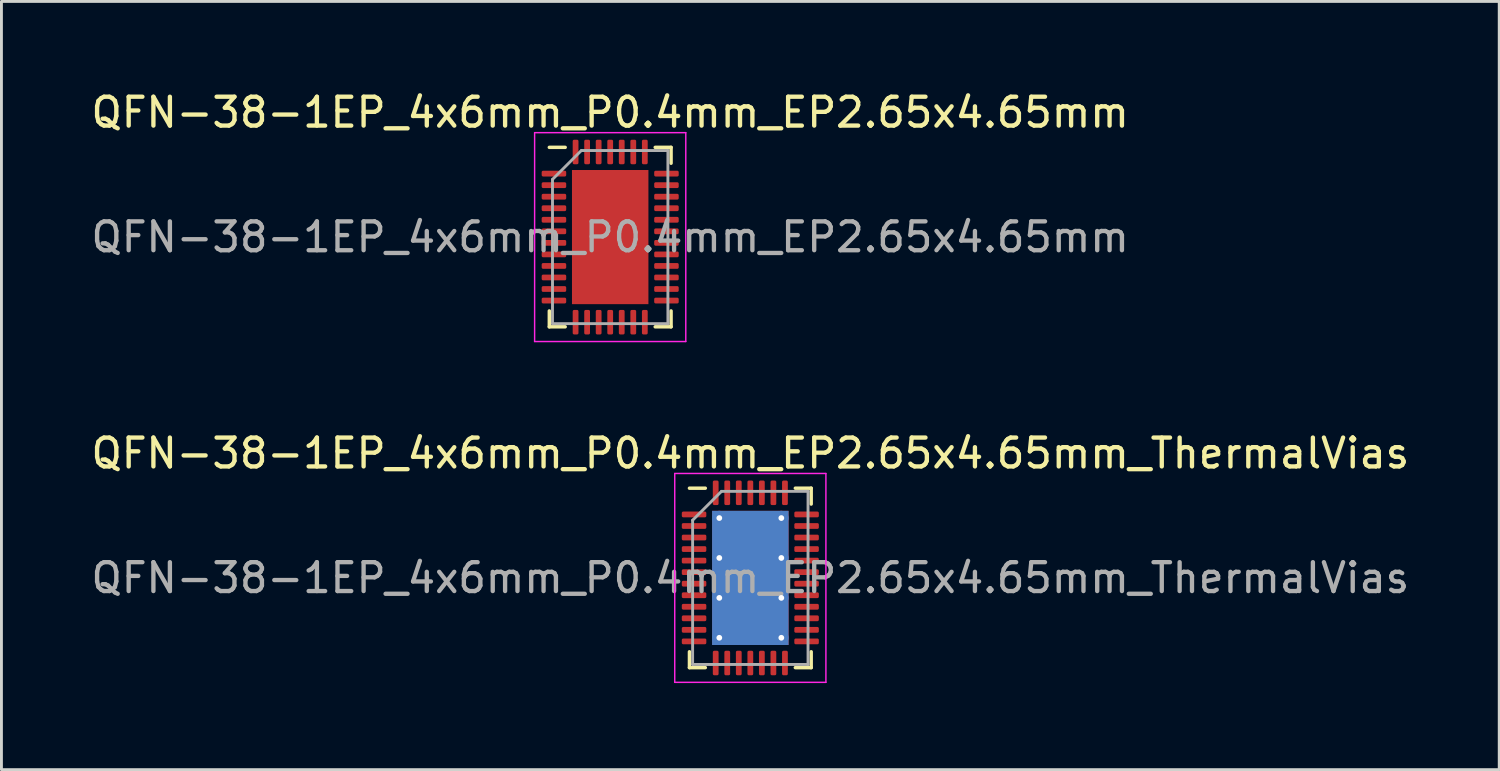
<source format=kicad_pcb>
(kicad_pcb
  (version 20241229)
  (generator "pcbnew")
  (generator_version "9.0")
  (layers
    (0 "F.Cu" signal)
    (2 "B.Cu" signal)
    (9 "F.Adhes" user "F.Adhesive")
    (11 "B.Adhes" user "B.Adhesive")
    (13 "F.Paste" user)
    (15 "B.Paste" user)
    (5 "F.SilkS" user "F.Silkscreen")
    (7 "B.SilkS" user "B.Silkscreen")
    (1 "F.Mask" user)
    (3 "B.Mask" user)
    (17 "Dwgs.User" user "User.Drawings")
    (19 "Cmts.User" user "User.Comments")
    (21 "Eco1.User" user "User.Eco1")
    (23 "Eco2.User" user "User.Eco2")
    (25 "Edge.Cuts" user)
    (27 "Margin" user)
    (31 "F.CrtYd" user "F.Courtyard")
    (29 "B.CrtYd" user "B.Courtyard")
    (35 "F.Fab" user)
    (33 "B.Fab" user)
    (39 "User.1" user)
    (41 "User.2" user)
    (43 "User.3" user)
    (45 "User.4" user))
  (footprint "QFN-38-1EP_4x6mm_P0.4mm_EP2.65x4.65mm_ThermalVias"
    (layer "F.Cu")
    (at 22.958 16.982)
    (property "Reference" "QFN-38-1EP_4x6mm_P0.4mm_EP2.65x4.65mm_ThermalVias" (at 0 -4.32 0) (layer "F.SilkS") (effects (font (size 1 1) (thickness 0.15))))
    (attr smd)
    (fp_line (start -2.11 3.11) (end -2.11 2.56) (stroke (width 0.12) (type solid)) (layer "F.SilkS"))
    (fp_line (start -1.56 -3.11) (end -2.11 -3.11) (stroke (width 0.12) (type solid)) (layer "F.SilkS"))
    (fp_line (start -1.56 3.11) (end -2.11 3.11) (stroke (width 0.12) (type solid)) (layer "F.SilkS"))
    (fp_line (start 1.56 -3.11) (end 2.11 -3.11) (stroke (width 0.12) (type solid)) (layer "F.SilkS"))
    (fp_line (start 1.56 3.11) (end 2.11 3.11) (stroke (width 0.12) (type solid)) (layer "F.SilkS"))
    (fp_line (start 2.11 -3.11) (end 2.11 -2.56) (stroke (width 0.12) (type solid)) (layer "F.SilkS"))
    (fp_line (start 2.11 3.11) (end 2.11 2.56) (stroke (width 0.12) (type solid)) (layer "F.SilkS"))
    (fp_line (start -2.62 -3.62) (end -2.62 3.62) (stroke (width 0.05) (type solid)) (layer "F.CrtYd"))
    (fp_line (start -2.62 3.62) (end 2.62 3.62) (stroke (width 0.05) (type solid)) (layer "F.CrtYd"))
    (fp_line (start 2.62 -3.62) (end -2.62 -3.62) (stroke (width 0.05) (type solid)) (layer "F.CrtYd"))
    (fp_line (start 2.62 3.62) (end 2.62 -3.62) (stroke (width 0.05) (type solid)) (layer "F.CrtYd"))
    (fp_line (start -2 -2) (end -1 -3) (stroke (width 0.1) (type solid)) (layer "F.Fab"))
    (fp_line (start -2 3) (end -2 -2) (stroke (width 0.1) (type solid)) (layer "F.Fab"))
    (fp_line (start -1 -3) (end 2 -3) (stroke (width 0.1) (type solid)) (layer "F.Fab"))
    (fp_line (start 2 -3) (end 2 3) (stroke (width 0.1) (type solid)) (layer "F.Fab"))
    (fp_line (start 2 3) (end -2 3) (stroke (width 0.1) (type solid)) (layer "F.Fab"))
    (fp_text user "${REFERENCE}" (at 0 0 0) (layer "F.Fab") (effects (font (size 1 1) (thickness 0.15))))
    (pad "" smd roundrect (at -0.66 -1.74) (size 1.15 1.01) (layers "F.Paste") (roundrect_rratio 0.248))
    (pad "" smd roundrect (at -0.66 -0.58) (size 1.15 1.01) (layers "F.Paste") (roundrect_rratio 0.248))
    (pad "" smd roundrect (at -0.66 0.58) (size 1.15 1.01) (layers "F.Paste") (roundrect_rratio 0.248))
    (pad "" smd roundrect (at -0.66 1.74) (size 1.15 1.01) (layers "F.Paste") (roundrect_rratio 0.248))
    (pad "" smd roundrect (at 0.66 -1.74) (size 1.15 1.01) (layers "F.Paste") (roundrect_rratio 0.248))
    (pad "" smd roundrect (at 0.66 -0.58) (size 1.15 1.01) (layers "F.Paste") (roundrect_rratio 0.248))
    (pad "" smd roundrect (at 0.66 0.58) (size 1.15 1.01) (layers "F.Paste") (roundrect_rratio 0.248))
    (pad "" smd roundrect (at 0.66 1.74) (size 1.15 1.01) (layers "F.Paste") (roundrect_rratio 0.248))
    (pad "1" smd roundrect (at -1.95 -2.2) (size 0.85 0.2) (layers "F.Cu" "F.Mask" "F.Paste") (roundrect_rratio 0.25))
    (pad "2" smd roundrect (at -1.95 -1.8) (size 0.85 0.2) (layers "F.Cu" "F.Mask" "F.Paste") (roundrect_rratio 0.25))
    (pad "3" smd roundrect (at -1.95 -1.4) (size 0.85 0.2) (layers "F.Cu" "F.Mask" "F.Paste") (roundrect_rratio 0.25))
    (pad "4" smd roundrect (at -1.95 -1) (size 0.85 0.2) (layers "F.Cu" "F.Mask" "F.Paste") (roundrect_rratio 0.25))
    (pad "5" smd roundrect (at -1.95 -0.6) (size 0.85 0.2) (layers "F.Cu" "F.Mask" "F.Paste") (roundrect_rratio 0.25))
    (pad "6" smd roundrect (at -1.95 -0.2) (size 0.85 0.2) (layers "F.Cu" "F.Mask" "F.Paste") (roundrect_rratio 0.25))
    (pad "7" smd roundrect (at -1.95 0.2) (size 0.85 0.2) (layers "F.Cu" "F.Mask" "F.Paste") (roundrect_rratio 0.25))
    (pad "8" smd roundrect (at -1.95 0.6) (size 0.85 0.2) (layers "F.Cu" "F.Mask" "F.Paste") (roundrect_rratio 0.25))
    (pad "9" smd roundrect (at -1.95 1) (size 0.85 0.2) (layers "F.Cu" "F.Mask" "F.Paste") (roundrect_rratio 0.25))
    (pad "10" smd roundrect (at -1.95 1.4) (size 0.85 0.2) (layers "F.Cu" "F.Mask" "F.Paste") (roundrect_rratio 0.25))
    (pad "11" smd roundrect (at -1.95 1.8) (size 0.85 0.2) (layers "F.Cu" "F.Mask" "F.Paste") (roundrect_rratio 0.25))
    (pad "12" smd roundrect (at -1.95 2.2) (size 0.85 0.2) (layers "F.Cu" "F.Mask" "F.Paste") (roundrect_rratio 0.25))
    (pad "13" smd roundrect (at -1.2 2.95) (size 0.2 0.85) (layers "F.Cu" "F.Mask" "F.Paste") (roundrect_rratio 0.25))
    (pad "14" smd roundrect (at -0.8 2.95) (size 0.2 0.85) (layers "F.Cu" "F.Mask" "F.Paste") (roundrect_rratio 0.25))
    (pad "15" smd roundrect (at -0.4 2.95) (size 0.2 0.85) (layers "F.Cu" "F.Mask" "F.Paste") (roundrect_rratio 0.25))
    (pad "16" smd roundrect (at 0 2.95) (size 0.2 0.85) (layers "F.Cu" "F.Mask" "F.Paste") (roundrect_rratio 0.25))
    (pad "17" smd roundrect (at 0.4 2.95) (size 0.2 0.85) (layers "F.Cu" "F.Mask" "F.Paste") (roundrect_rratio 0.25))
    (pad "18" smd roundrect (at 0.8 2.95) (size 0.2 0.85) (layers "F.Cu" "F.Mask" "F.Paste") (roundrect_rratio 0.25))
    (pad "19" smd roundrect (at 1.2 2.95) (size 0.2 0.85) (layers "F.Cu" "F.Mask" "F.Paste") (roundrect_rratio 0.25))
    (pad "20" smd roundrect (at 1.95 2.2) (size 0.85 0.2) (layers "F.Cu" "F.Mask" "F.Paste") (roundrect_rratio 0.25))
    (pad "21" smd roundrect (at 1.95 1.8) (size 0.85 0.2) (layers "F.Cu" "F.Mask" "F.Paste") (roundrect_rratio 0.25))
    (pad "22" smd roundrect (at 1.95 1.4) (size 0.85 0.2) (layers "F.Cu" "F.Mask" "F.Paste") (roundrect_rratio 0.25))
    (pad "23" smd roundrect (at 1.95 1) (size 0.85 0.2) (layers "F.Cu" "F.Mask" "F.Paste") (roundrect_rratio 0.25))
    (pad "24" smd roundrect (at 1.95 0.6) (size 0.85 0.2) (layers "F.Cu" "F.Mask" "F.Paste") (roundrect_rratio 0.25))
    (pad "25" smd roundrect (at 1.95 0.2) (size 0.85 0.2) (layers "F.Cu" "F.Mask" "F.Paste") (roundrect_rratio 0.25))
    (pad "26" smd roundrect (at 1.95 -0.2) (size 0.85 0.2) (layers "F.Cu" "F.Mask" "F.Paste") (roundrect_rratio 0.25))
    (pad "27" smd roundrect (at 1.95 -0.6) (size 0.85 0.2) (layers "F.Cu" "F.Mask" "F.Paste") (roundrect_rratio 0.25))
    (pad "28" smd roundrect (at 1.95 -1) (size 0.85 0.2) (layers "F.Cu" "F.Mask" "F.Paste") (roundrect_rratio 0.25))
    (pad "29" smd roundrect (at 1.95 -1.4) (size 0.85 0.2) (layers "F.Cu" "F.Mask" "F.Paste") (roundrect_rratio 0.25))
    (pad "30" smd roundrect (at 1.95 -1.8) (size 0.85 0.2) (layers "F.Cu" "F.Mask" "F.Paste") (roundrect_rratio 0.25))
    (pad "31" smd roundrect (at 1.95 -2.2) (size 0.85 0.2) (layers "F.Cu" "F.Mask" "F.Paste") (roundrect_rratio 0.25))
    (pad "32" smd roundrect (at 1.2 -2.95) (size 0.2 0.85) (layers "F.Cu" "F.Mask" "F.Paste") (roundrect_rratio 0.25))
    (pad "33" smd roundrect (at 0.8 -2.95) (size 0.2 0.85) (layers "F.Cu" "F.Mask" "F.Paste") (roundrect_rratio 0.25))
    (pad "34" smd roundrect (at 0.4 -2.95) (size 0.2 0.85) (layers "F.Cu" "F.Mask" "F.Paste") (roundrect_rratio 0.25))
    (pad "35" smd roundrect (at 0 -2.95) (size 0.2 0.85) (layers "F.Cu" "F.Mask" "F.Paste") (roundrect_rratio 0.25))
    (pad "36" smd roundrect (at -0.4 -2.95) (size 0.2 0.85) (layers "F.Cu" "F.Mask" "F.Paste") (roundrect_rratio 0.25))
    (pad "37" smd roundrect (at -0.8 -2.95) (size 0.2 0.85) (layers "F.Cu" "F.Mask" "F.Paste") (roundrect_rratio 0.25))
    (pad "38" smd roundrect (at -1.2 -2.95) (size 0.2 0.85) (layers "F.Cu" "F.Mask" "F.Paste") (roundrect_rratio 0.25))
    (pad "39" thru_hole circle (at -1.075 -2.075) (size 0.5 0.5) (drill 0.2) (layers "*.Cu"))
    (pad "39" thru_hole circle (at -1.075 -0.692) (size 0.5 0.5) (drill 0.2) (layers "*.Cu"))
    (pad "39" thru_hole circle (at -1.075 0.692) (size 0.5 0.5) (drill 0.2) (layers "*.Cu"))
    (pad "39" thru_hole circle (at -1.075 2.075) (size 0.5 0.5) (drill 0.2) (layers "*.Cu"))
    (pad "39" smd rect (at 0 0) (size 2.65 4.65) (layers "F.Cu" "F.Mask"))
    (pad "39" smd rect (at 0 0) (size 2.65 4.65) (layers "B.Cu"))
    (pad "39" thru_hole circle (at 1.075 -2.075) (size 0.5 0.5) (drill 0.2) (layers "*.Cu"))
    (pad "39" thru_hole circle (at 1.075 -0.692) (size 0.5 0.5) (drill 0.2) (layers "*.Cu"))
    (pad "39" thru_hole circle (at 1.075 0.692) (size 0.5 0.5) (drill 0.2) (layers "*.Cu"))
    (pad "39" thru_hole circle (at 1.075 2.075) (size 0.5 0.5) (drill 0.2) (layers "*.Cu")))
  (footprint "QFN-38-1EP_4x6mm_P0.4mm_EP2.65x4.65mm"
    (layer "F.Cu")
    (at 18.101 5.168)
    (property "Reference" "QFN-38-1EP_4x6mm_P0.4mm_EP2.65x4.65mm" (at 0 -4.32 0) (layer "F.SilkS") (effects (font (size 1 1) (thickness 0.15))))
    (attr smd)
    (fp_line (start -2.11 3.11) (end -2.11 2.56) (stroke (width 0.12) (type solid)) (layer "F.SilkS"))
    (fp_line (start -1.56 -3.11) (end -2.11 -3.11) (stroke (width 0.12) (type solid)) (layer "F.SilkS"))
    (fp_line (start -1.56 3.11) (end -2.11 3.11) (stroke (width 0.12) (type solid)) (layer "F.SilkS"))
    (fp_line (start 1.56 -3.11) (end 2.11 -3.11) (stroke (width 0.12) (type solid)) (layer "F.SilkS"))
    (fp_line (start 1.56 3.11) (end 2.11 3.11) (stroke (width 0.12) (type solid)) (layer "F.SilkS"))
    (fp_line (start 2.11 -3.11) (end 2.11 -2.56) (stroke (width 0.12) (type solid)) (layer "F.SilkS"))
    (fp_line (start 2.11 3.11) (end 2.11 2.56) (stroke (width 0.12) (type solid)) (layer "F.SilkS"))
    (fp_line (start -2.62 -3.62) (end -2.62 3.62) (stroke (width 0.05) (type solid)) (layer "F.CrtYd"))
    (fp_line (start -2.62 3.62) (end 2.62 3.62) (stroke (width 0.05) (type solid)) (layer "F.CrtYd"))
    (fp_line (start 2.62 -3.62) (end -2.62 -3.62) (stroke (width 0.05) (type solid)) (layer "F.CrtYd"))
    (fp_line (start 2.62 3.62) (end 2.62 -3.62) (stroke (width 0.05) (type solid)) (layer "F.CrtYd"))
    (fp_line (start -2 -2) (end -1 -3) (stroke (width 0.1) (type solid)) (layer "F.Fab"))
    (fp_line (start -2 3) (end -2 -2) (stroke (width 0.1) (type solid)) (layer "F.Fab"))
    (fp_line (start -1 -3) (end 2 -3) (stroke (width 0.1) (type solid)) (layer "F.Fab"))
    (fp_line (start 2 -3) (end 2 3) (stroke (width 0.1) (type solid)) (layer "F.Fab"))
    (fp_line (start 2 3) (end -2 3) (stroke (width 0.1) (type solid)) (layer "F.Fab"))
    (fp_text user "${REFERENCE}" (at 0 0 0) (layer "F.Fab") (effects (font (size 1 1) (thickness 0.15))))
    (pad "" smd roundrect (at -0.66 -1.74) (size 1.07 0.94) (layers "F.Paste") (roundrect_rratio 0.25))
    (pad "" smd roundrect (at -0.66 -0.58) (size 1.07 0.94) (layers "F.Paste") (roundrect_rratio 0.25))
    (pad "" smd roundrect (at -0.66 0.58) (size 1.07 0.94) (layers "F.Paste") (roundrect_rratio 0.25))
    (pad "" smd roundrect (at -0.66 1.74) (size 1.07 0.94) (layers "F.Paste") (roundrect_rratio 0.25))
    (pad "" smd roundrect (at 0.66 -1.74) (size 1.07 0.94) (layers "F.Paste") (roundrect_rratio 0.25))
    (pad "" smd roundrect (at 0.66 -0.58) (size 1.07 0.94) (layers "F.Paste") (roundrect_rratio 0.25))
    (pad "" smd roundrect (at 0.66 0.58) (size 1.07 0.94) (layers "F.Paste") (roundrect_rratio 0.25))
    (pad "" smd roundrect (at 0.66 1.74) (size 1.07 0.94) (layers "F.Paste") (roundrect_rratio 0.25))
    (pad "1" smd roundrect (at -1.95 -2.2) (size 0.85 0.2) (layers "F.Cu" "F.Mask" "F.Paste") (roundrect_rratio 0.25))
    (pad "2" smd roundrect (at -1.95 -1.8) (size 0.85 0.2) (layers "F.Cu" "F.Mask" "F.Paste") (roundrect_rratio 0.25))
    (pad "3" smd roundrect (at -1.95 -1.4) (size 0.85 0.2) (layers "F.Cu" "F.Mask" "F.Paste") (roundrect_rratio 0.25))
    (pad "4" smd roundrect (at -1.95 -1) (size 0.85 0.2) (layers "F.Cu" "F.Mask" "F.Paste") (roundrect_rratio 0.25))
    (pad "5" smd roundrect (at -1.95 -0.6) (size 0.85 0.2) (layers "F.Cu" "F.Mask" "F.Paste") (roundrect_rratio 0.25))
    (pad "6" smd roundrect (at -1.95 -0.2) (size 0.85 0.2) (layers "F.Cu" "F.Mask" "F.Paste") (roundrect_rratio 0.25))
    (pad "7" smd roundrect (at -1.95 0.2) (size 0.85 0.2) (layers "F.Cu" "F.Mask" "F.Paste") (roundrect_rratio 0.25))
    (pad "8" smd roundrect (at -1.95 0.6) (size 0.85 0.2) (layers "F.Cu" "F.Mask" "F.Paste") (roundrect_rratio 0.25))
    (pad "9" smd roundrect (at -1.95 1) (size 0.85 0.2) (layers "F.Cu" "F.Mask" "F.Paste") (roundrect_rratio 0.25))
    (pad "10" smd roundrect (at -1.95 1.4) (size 0.85 0.2) (layers "F.Cu" "F.Mask" "F.Paste") (roundrect_rratio 0.25))
    (pad "11" smd roundrect (at -1.95 1.8) (size 0.85 0.2) (layers "F.Cu" "F.Mask" "F.Paste") (roundrect_rratio 0.25))
    (pad "12" smd roundrect (at -1.95 2.2) (size 0.85 0.2) (layers "F.Cu" "F.Mask" "F.Paste") (roundrect_rratio 0.25))
    (pad "13" smd roundrect (at -1.2 2.95) (size 0.2 0.85) (layers "F.Cu" "F.Mask" "F.Paste") (roundrect_rratio 0.25))
    (pad "14" smd roundrect (at -0.8 2.95) (size 0.2 0.85) (layers "F.Cu" "F.Mask" "F.Paste") (roundrect_rratio 0.25))
    (pad "15" smd roundrect (at -0.4 2.95) (size 0.2 0.85) (layers "F.Cu" "F.Mask" "F.Paste") (roundrect_rratio 0.25))
    (pad "16" smd roundrect (at 0 2.95) (size 0.2 0.85) (layers "F.Cu" "F.Mask" "F.Paste") (roundrect_rratio 0.25))
    (pad "17" smd roundrect (at 0.4 2.95) (size 0.2 0.85) (layers "F.Cu" "F.Mask" "F.Paste") (roundrect_rratio 0.25))
    (pad "18" smd roundrect (at 0.8 2.95) (size 0.2 0.85) (layers "F.Cu" "F.Mask" "F.Paste") (roundrect_rratio 0.25))
    (pad "19" smd roundrect (at 1.2 2.95) (size 0.2 0.85) (layers "F.Cu" "F.Mask" "F.Paste") (roundrect_rratio 0.25))
    (pad "20" smd roundrect (at 1.95 2.2) (size 0.85 0.2) (layers "F.Cu" "F.Mask" "F.Paste") (roundrect_rratio 0.25))
    (pad "21" smd roundrect (at 1.95 1.8) (size 0.85 0.2) (layers "F.Cu" "F.Mask" "F.Paste") (roundrect_rratio 0.25))
    (pad "22" smd roundrect (at 1.95 1.4) (size 0.85 0.2) (layers "F.Cu" "F.Mask" "F.Paste") (roundrect_rratio 0.25))
    (pad "23" smd roundrect (at 1.95 1) (size 0.85 0.2) (layers "F.Cu" "F.Mask" "F.Paste") (roundrect_rratio 0.25))
    (pad "24" smd roundrect (at 1.95 0.6) (size 0.85 0.2) (layers "F.Cu" "F.Mask" "F.Paste") (roundrect_rratio 0.25))
    (pad "25" smd roundrect (at 1.95 0.2) (size 0.85 0.2) (layers "F.Cu" "F.Mask" "F.Paste") (roundrect_rratio 0.25))
    (pad "26" smd roundrect (at 1.95 -0.2) (size 0.85 0.2) (layers "F.Cu" "F.Mask" "F.Paste") (roundrect_rratio 0.25))
    (pad "27" smd roundrect (at 1.95 -0.6) (size 0.85 0.2) (layers "F.Cu" "F.Mask" "F.Paste") (roundrect_rratio 0.25))
    (pad "28" smd roundrect (at 1.95 -1) (size 0.85 0.2) (layers "F.Cu" "F.Mask" "F.Paste") (roundrect_rratio 0.25))
    (pad "29" smd roundrect (at 1.95 -1.4) (size 0.85 0.2) (layers "F.Cu" "F.Mask" "F.Paste") (roundrect_rratio 0.25))
    (pad "30" smd roundrect (at 1.95 -1.8) (size 0.85 0.2) (layers "F.Cu" "F.Mask" "F.Paste") (roundrect_rratio 0.25))
    (pad "31" smd roundrect (at 1.95 -2.2) (size 0.85 0.2) (layers "F.Cu" "F.Mask" "F.Paste") (roundrect_rratio 0.25))
    (pad "32" smd roundrect (at 1.2 -2.95) (size 0.2 0.85) (layers "F.Cu" "F.Mask" "F.Paste") (roundrect_rratio 0.25))
    (pad "33" smd roundrect (at 0.8 -2.95) (size 0.2 0.85) (layers "F.Cu" "F.Mask" "F.Paste") (roundrect_rratio 0.25))
    (pad "34" smd roundrect (at 0.4 -2.95) (size 0.2 0.85) (layers "F.Cu" "F.Mask" "F.Paste") (roundrect_rratio 0.25))
    (pad "35" smd roundrect (at 0 -2.95) (size 0.2 0.85) (layers "F.Cu" "F.Mask" "F.Paste") (roundrect_rratio 0.25))
    (pad "36" smd roundrect (at -0.4 -2.95) (size 0.2 0.85) (layers "F.Cu" "F.Mask" "F.Paste") (roundrect_rratio 0.25))
    (pad "37" smd roundrect (at -0.8 -2.95) (size 0.2 0.85) (layers "F.Cu" "F.Mask" "F.Paste") (roundrect_rratio 0.25))
    (pad "38" smd roundrect (at -1.2 -2.95) (size 0.2 0.85) (layers "F.Cu" "F.Mask" "F.Paste") (roundrect_rratio 0.25))
    (pad "39" smd rect (at 0 0) (size 2.65 4.65) (layers "F.Cu" "F.Mask")))
  (gr_rect
    (start -3 -3)
    (end 48.917 23.627)
    (stroke (width 0.1) (type default))
    (fill no)
    (layer "Edge.Cuts")))
</source>
